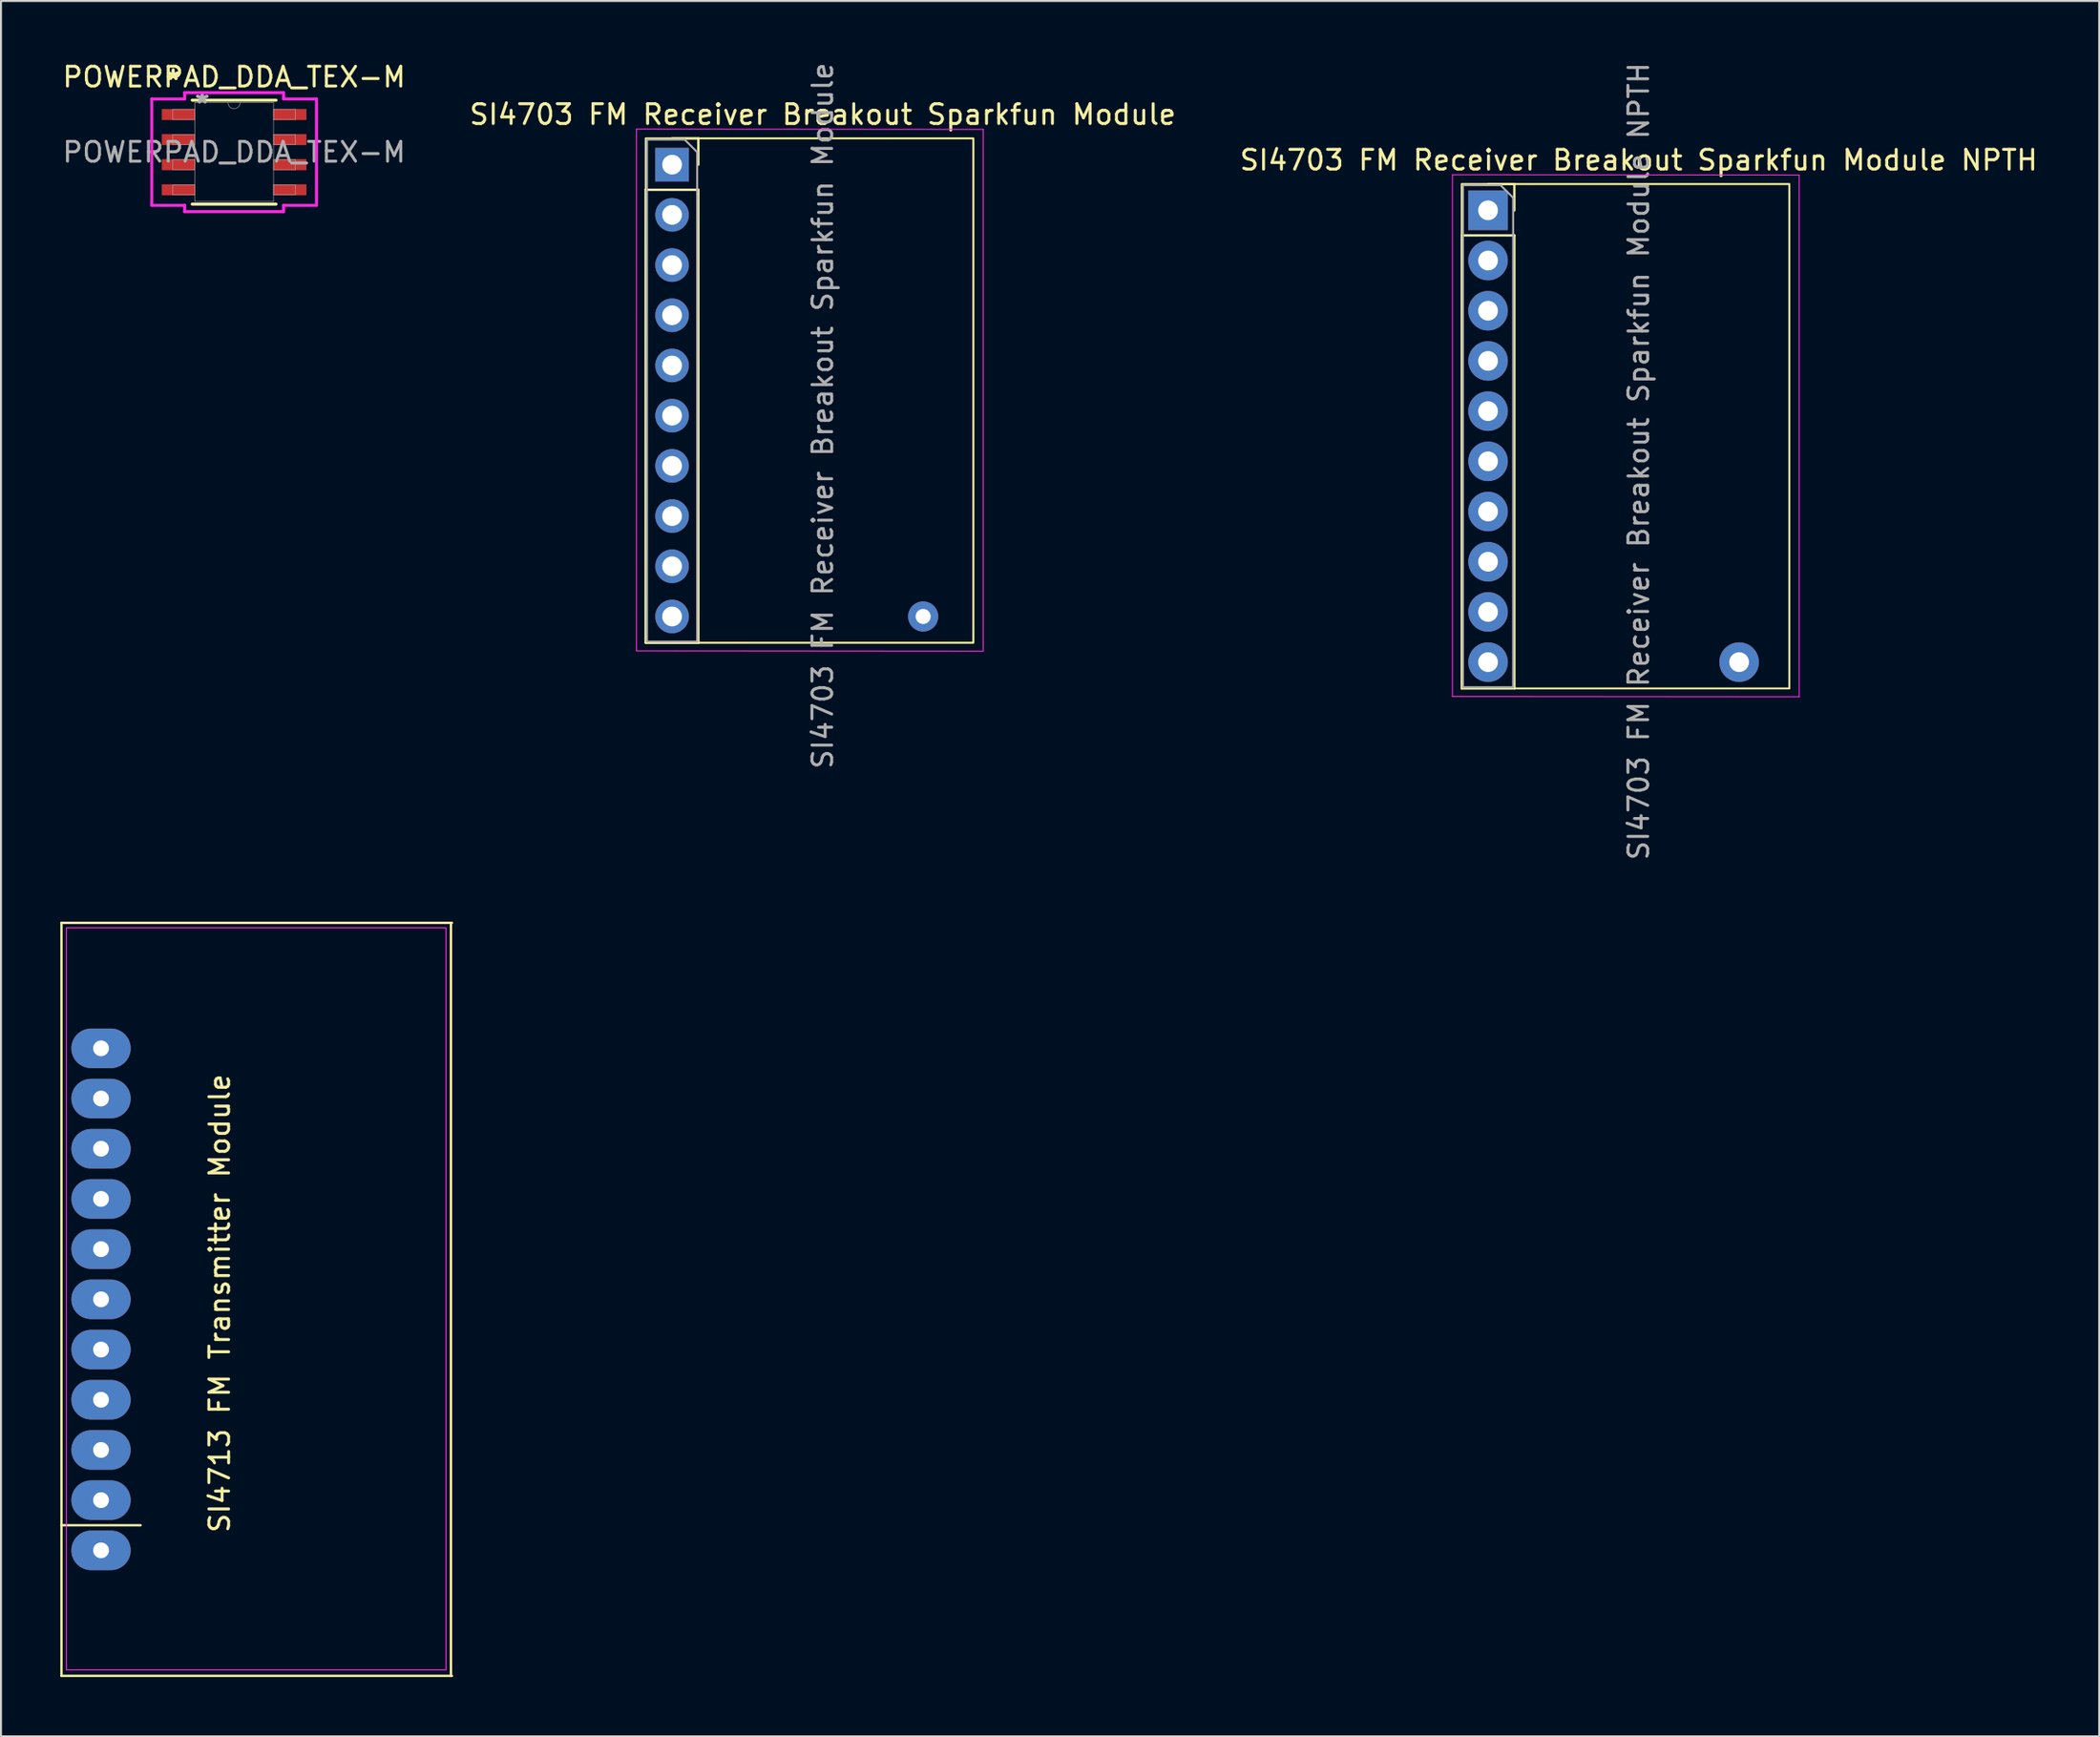
<source format=kicad_pcb>
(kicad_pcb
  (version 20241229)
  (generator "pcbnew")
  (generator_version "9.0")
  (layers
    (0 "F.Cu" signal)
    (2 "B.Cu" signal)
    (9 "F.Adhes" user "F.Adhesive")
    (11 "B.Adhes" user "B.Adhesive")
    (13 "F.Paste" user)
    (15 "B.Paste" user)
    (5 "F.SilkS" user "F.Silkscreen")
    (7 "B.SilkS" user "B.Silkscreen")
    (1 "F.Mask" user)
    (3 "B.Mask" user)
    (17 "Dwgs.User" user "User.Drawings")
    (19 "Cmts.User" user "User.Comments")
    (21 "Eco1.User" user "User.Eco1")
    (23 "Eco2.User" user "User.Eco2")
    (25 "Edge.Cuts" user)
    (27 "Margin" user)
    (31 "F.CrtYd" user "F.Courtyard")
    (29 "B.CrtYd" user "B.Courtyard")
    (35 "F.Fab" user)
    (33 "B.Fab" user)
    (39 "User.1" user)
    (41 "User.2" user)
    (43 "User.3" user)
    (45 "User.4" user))
  (footprint "SI4703 FM Receiver Breakout Sparkfun Module"
    (layer "F.Cu")
    (at 30.945 5.282)
    (property "Reference" "SI4703 FM Receiver Breakout Sparkfun Module" (at 7.62 -2.54 0) (layer "F.SilkS") (effects (font (size 1 1) (thickness 0.15))))
    (attr through_hole)
    (fp_line (start -1.33 1.27) (end -1.33 24.19) (stroke (width 0.12) (type solid)) (layer "F.SilkS"))
    (fp_line (start -1.33 1.27) (end 1.33 1.27) (stroke (width 0.12) (type solid)) (layer "F.SilkS"))
    (fp_line (start -1.33 24.19) (end 1.33 24.19) (stroke (width 0.12) (type solid)) (layer "F.SilkS"))
    (fp_line (start 0 -1.33) (end 1.33 -1.33) (stroke (width 0.12) (type solid)) (layer "F.SilkS"))
    (fp_line (start 1.33 -1.33) (end 1.33 0) (stroke (width 0.12) (type solid)) (layer "F.SilkS"))
    (fp_line (start 1.33 1.27) (end 1.33 24.19) (stroke (width 0.12) (type solid)) (layer "F.SilkS"))
    (fp_rect (start -1.33 -1.33) (end 15.24 24.19) (stroke (width 0.1) (type default)) (fill no) (layer "F.SilkS"))
    (fp_line (start -1.8 -1.8) (end 15.737 -1.786) (stroke (width 0.05) (type solid)) (layer "F.CrtYd"))
    (fp_line (start -1.8 24.6) (end -1.8 -1.8) (stroke (width 0.05) (type solid)) (layer "F.CrtYd"))
    (fp_line (start 15.737 -1.786) (end 15.737 24.614) (stroke (width 0.05) (type solid)) (layer "F.CrtYd"))
    (fp_line (start 15.737 24.614) (end -1.8 24.6) (stroke (width 0.05) (type solid)) (layer "F.CrtYd"))
    (fp_line (start -1.27 -1.27) (end 0.635 -1.27) (stroke (width 0.1) (type solid)) (layer "F.Fab"))
    (fp_line (start -1.27 24.13) (end -1.27 -1.27) (stroke (width 0.1) (type solid)) (layer "F.Fab"))
    (fp_line (start 0.635 -1.27) (end 1.27 -0.635) (stroke (width 0.1) (type solid)) (layer "F.Fab"))
    (fp_line (start 1.27 -0.635) (end 1.27 24.13) (stroke (width 0.1) (type solid)) (layer "F.Fab"))
    (fp_line (start 1.27 24.13) (end -1.27 24.13) (stroke (width 0.1) (type solid)) (layer "F.Fab"))
    (fp_text user "${REFERENCE}" (at 7.62 12.7 90) (layer "F.Fab") (effects (font (size 1 1) (thickness 0.15))))
    (pad "1" thru_hole rect (at 0 0) (size 1.7 1.7) (drill 1) (layers "*.Cu" "*.Mask"))
    (pad "2" thru_hole oval (at 0 2.54) (size 1.7 1.7) (drill 1) (layers "*.Cu" "*.Mask"))
    (pad "3" thru_hole oval (at 0 5.08) (size 1.7 1.7) (drill 1) (layers "*.Cu" "*.Mask"))
    (pad "4" thru_hole oval (at 0 7.62) (size 1.7 1.7) (drill 1) (layers "*.Cu" "*.Mask"))
    (pad "5" thru_hole oval (at 0 10.16) (size 1.7 1.7) (drill 1) (layers "*.Cu" "*.Mask"))
    (pad "6" thru_hole oval (at 0 12.7) (size 1.7 1.7) (drill 1) (layers "*.Cu" "*.Mask"))
    (pad "7" thru_hole oval (at 0 15.24) (size 1.7 1.7) (drill 1) (layers "*.Cu" "*.Mask"))
    (pad "8" thru_hole oval (at 0 17.78) (size 1.7 1.7) (drill 1) (layers "*.Cu" "*.Mask"))
    (pad "9" thru_hole oval (at 0 20.32) (size 1.7 1.7) (drill 1) (layers "*.Cu" "*.Mask"))
    (pad "10" thru_hole oval (at 0 22.86) (size 1.7 1.7) (drill 1) (layers "*.Cu" "*.Mask"))
    (pad "11" thru_hole circle (at 12.7 22.86) (size 1.524 1.524) (drill 0.762) (layers "*.Cu" "*.Mask")))
  (footprint "SI4703 FM Receiver Breakout Sparkfun Module NPTH"
    (layer "F.Cu")
    (at 72.219 7.592)
    (property "Reference" "SI4703 FM Receiver Breakout Sparkfun Module NPTH" (at 7.62 -2.54 0) (layer "F.SilkS") (effects (font (size 1 1) (thickness 0.15))))
    (attr through_hole)
    (fp_line (start -1.33 1.27) (end -1.33 24.19) (stroke (width 0.12) (type solid)) (layer "F.SilkS"))
    (fp_line (start -1.33 1.27) (end 1.33 1.27) (stroke (width 0.12) (type solid)) (layer "F.SilkS"))
    (fp_line (start -1.33 24.19) (end 1.33 24.19) (stroke (width 0.12) (type solid)) (layer "F.SilkS"))
    (fp_line (start 0 -1.33) (end 1.33 -1.33) (stroke (width 0.12) (type solid)) (layer "F.SilkS"))
    (fp_line (start 1.33 -1.33) (end 1.33 0) (stroke (width 0.12) (type solid)) (layer "F.SilkS"))
    (fp_line (start 1.33 1.27) (end 1.33 24.19) (stroke (width 0.12) (type solid)) (layer "F.SilkS"))
    (fp_rect (start -1.33 -1.33) (end 15.24 24.19) (stroke (width 0.1) (type default)) (fill no) (layer "F.SilkS"))
    (fp_line (start -1.8 -1.8) (end 15.737 -1.786) (stroke (width 0.05) (type solid)) (layer "F.CrtYd"))
    (fp_line (start -1.8 24.6) (end -1.8 -1.8) (stroke (width 0.05) (type solid)) (layer "F.CrtYd"))
    (fp_line (start 15.737 -1.786) (end 15.737 24.614) (stroke (width 0.05) (type solid)) (layer "F.CrtYd"))
    (fp_line (start 15.737 24.614) (end -1.8 24.6) (stroke (width 0.05) (type solid)) (layer "F.CrtYd"))
    (fp_line (start -1.27 -1.27) (end 0.635 -1.27) (stroke (width 0.1) (type solid)) (layer "F.Fab"))
    (fp_line (start -1.27 24.13) (end -1.27 -1.27) (stroke (width 0.1) (type solid)) (layer "F.Fab"))
    (fp_line (start 0.635 -1.27) (end 1.27 -0.635) (stroke (width 0.1) (type solid)) (layer "F.Fab"))
    (fp_line (start 1.27 -0.635) (end 1.27 24.13) (stroke (width 0.1) (type solid)) (layer "F.Fab"))
    (fp_line (start 1.27 24.13) (end -1.27 24.13) (stroke (width 0.1) (type solid)) (layer "F.Fab"))
    (fp_text user "${REFERENCE}" (at 7.62 12.7 90) (layer "F.Fab") (effects (font (size 1 1) (thickness 0.15))))
    (pad "" np_thru_hole rect (at 0 0) (size 2 2) (drill 1) (layers "*.Cu" "*.Mask"))
    (pad "" np_thru_hole circle (at 0 2.54) (size 2 2) (drill 1) (layers "*.Cu" "*.Mask"))
    (pad "" np_thru_hole circle (at 0 5.08) (size 2 2) (drill 1) (layers "*.Cu" "*.Mask"))
    (pad "" np_thru_hole circle (at 0 7.62) (size 2 2) (drill 1) (layers "*.Cu" "*.Mask"))
    (pad "" np_thru_hole circle (at 0 10.16) (size 2 2) (drill 1) (layers "*.Cu" "*.Mask"))
    (pad "" np_thru_hole circle (at 0 12.7) (size 2 2) (drill 1) (layers "*.Cu" "*.Mask"))
    (pad "" np_thru_hole circle (at 0 15.24) (size 2 2) (drill 1) (layers "*.Cu" "*.Mask"))
    (pad "" np_thru_hole circle (at 0 17.78) (size 2 2) (drill 1) (layers "*.Cu" "*.Mask"))
    (pad "" np_thru_hole circle (at 0 20.32) (size 2 2) (drill 1) (layers "*.Cu" "*.Mask"))
    (pad "" np_thru_hole circle (at 0 22.86) (size 2 2) (drill 1) (layers "*.Cu" "*.Mask"))
    (pad "" np_thru_hole circle (at 12.7 22.86) (size 2 2) (drill 1) (layers "*.Cu" "*.Mask")))
  (footprint "SI4713 FM Transmitter Module"
    (layer "F.Cu")
    (at 2.06 62.693)
    (property "Reference" "SI4713 FM Transmitter Module" (at 6 0.2 270) (layer "F.SilkS") (effects (font (size 1 1) (thickness 0.15))))
    (attr through_hole)
    (fp_line (start -2 -19.05) (end 17.75 -19.05) (stroke (width 0.12) (type default)) (layer "F.SilkS"))
    (fp_line (start -2 11.43) (end 2 11.43) (stroke (width 0.12) (type default)) (layer "F.SilkS"))
    (fp_line (start -2 19.05) (end -2 -19.05) (stroke (width 0.12) (type default)) (layer "F.SilkS"))
    (fp_line (start 17.7 -19.05) (end 17.7 19.05) (stroke (width 0.12) (type default)) (layer "F.SilkS"))
    (fp_line (start 17.75 19.05) (end -2 19.05) (stroke (width 0.12) (type default)) (layer "F.SilkS"))
    (fp_line (start -1.75 -18.8) (end 17.45 -18.8) (stroke (width 0.05) (type default)) (layer "F.CrtYd"))
    (fp_line (start -1.75 18.75) (end -1.75 -18.8) (stroke (width 0.05) (type default)) (layer "F.CrtYd"))
    (fp_line (start 17.45 -18.8) (end 17.45 18.75) (stroke (width 0.05) (type default)) (layer "F.CrtYd"))
    (fp_line (start 17.45 18.75) (end -1.75 18.75) (stroke (width 0.05) (type default)) (layer "F.CrtYd"))
    (pad "1" thru_hole oval (at 0 12.7 90) (size 2 3) (drill 0.8) (layers "*.Cu" "*.Mask"))
    (pad "2" thru_hole oval (at 0 10.16 90) (size 2 3) (drill 0.8) (layers "*.Cu" "*.Mask"))
    (pad "3" thru_hole oval (at 0 7.62 90) (size 2 3) (drill 0.8) (layers "*.Cu" "*.Mask"))
    (pad "4" thru_hole oval (at 0 5.08 90) (size 2 3) (drill 0.8) (layers "*.Cu" "*.Mask"))
    (pad "5" thru_hole oval (at 0 2.54 90) (size 2 3) (drill 0.8) (layers "*.Cu" "*.Mask"))
    (pad "6" thru_hole oval (at 0 0 90) (size 2 3) (drill 0.8) (layers "*.Cu" "*.Mask"))
    (pad "7" thru_hole oval (at 0 -2.54 90) (size 2 3) (drill 0.8) (layers "*.Cu" "*.Mask"))
    (pad "8" thru_hole oval (at 0 -5.08 90) (size 2 3) (drill 0.8) (layers "*.Cu" "*.Mask"))
    (pad "9" thru_hole oval (at 0 -7.62 90) (size 2 3) (drill 0.8) (layers "*.Cu" "*.Mask"))
    (pad "10" thru_hole oval (at 0 -10.16 90) (size 2 3) (drill 0.8) (layers "*.Cu" "*.Mask"))
    (pad "11" thru_hole oval (at 0 -12.7 90) (size 2 3) (drill 0.8) (layers "*.Cu" "*.Mask")))
  (footprint "POWERPAD_DDA_TEX-M"
    (layer "F.Cu")
    (at 8.792 4.648)
    (property "Reference" "POWERPAD_DDA_TEX-M" (at 0 -3.8 0) (unlocked yes) (layer "F.SilkS") (effects (font (size 1 1) (thickness 0.15))))
    (attr smd)
    (fp_line (start -2.121 2.629) (end 2.121 2.629) (stroke (width 0.152) (type solid)) (layer "F.SilkS"))
    (fp_line (start 2.121 -2.629) (end -2.121 -2.629) (stroke (width 0.152) (type solid)) (layer "F.SilkS"))
    (fp_line (start -4.166 -2.692) (end -2.502 -2.692) (stroke (width 0.152) (type solid)) (layer "F.CrtYd"))
    (fp_line (start -4.166 2.692) (end -4.166 -2.692) (stroke (width 0.152) (type solid)) (layer "F.CrtYd"))
    (fp_line (start -4.166 2.692) (end -2.502 2.692) (stroke (width 0.152) (type solid)) (layer "F.CrtYd"))
    (fp_line (start -2.502 -3.01) (end 2.502 -3.01) (stroke (width 0.152) (type solid)) (layer "F.CrtYd"))
    (fp_line (start -2.502 -2.692) (end -2.502 -3.01) (stroke (width 0.152) (type solid)) (layer "F.CrtYd"))
    (fp_line (start -2.502 3.01) (end -2.502 2.692) (stroke (width 0.152) (type solid)) (layer "F.CrtYd"))
    (fp_line (start 2.502 -3.01) (end 2.502 -2.692) (stroke (width 0.152) (type solid)) (layer "F.CrtYd"))
    (fp_line (start 2.502 2.692) (end 2.502 3.01) (stroke (width 0.152) (type solid)) (layer "F.CrtYd"))
    (fp_line (start 2.502 3.01) (end -2.502 3.01) (stroke (width 0.152) (type solid)) (layer "F.CrtYd"))
    (fp_line (start 4.166 -2.692) (end 2.502 -2.692) (stroke (width 0.152) (type solid)) (layer "F.CrtYd"))
    (fp_line (start 4.166 -2.692) (end 4.166 2.692) (stroke (width 0.152) (type solid)) (layer "F.CrtYd"))
    (fp_line (start 4.166 2.692) (end 2.502 2.692) (stroke (width 0.152) (type solid)) (layer "F.CrtYd"))
    (fp_line (start -3.099 -2.159) (end -3.099 -1.651) (stroke (width 0.025) (type solid)) (layer "F.Fab"))
    (fp_line (start -3.099 -1.651) (end -1.994 -1.651) (stroke (width 0.025) (type solid)) (layer "F.Fab"))
    (fp_line (start -3.099 -0.889) (end -3.099 -0.381) (stroke (width 0.025) (type solid)) (layer "F.Fab"))
    (fp_line (start -3.099 -0.381) (end -1.994 -0.381) (stroke (width 0.025) (type solid)) (layer "F.Fab"))
    (fp_line (start -3.099 0.381) (end -3.099 0.889) (stroke (width 0.025) (type solid)) (layer "F.Fab"))
    (fp_line (start -3.099 0.889) (end -1.994 0.889) (stroke (width 0.025) (type solid)) (layer "F.Fab"))
    (fp_line (start -3.099 1.651) (end -3.099 2.159) (stroke (width 0.025) (type solid)) (layer "F.Fab"))
    (fp_line (start -3.099 2.159) (end -1.994 2.159) (stroke (width 0.025) (type solid)) (layer "F.Fab"))
    (fp_line (start -1.994 -2.502) (end -1.994 2.502) (stroke (width 0.025) (type solid)) (layer "F.Fab"))
    (fp_line (start -1.994 -2.159) (end -3.099 -2.159) (stroke (width 0.025) (type solid)) (layer "F.Fab"))
    (fp_line (start -1.994 -1.651) (end -1.994 -2.159) (stroke (width 0.025) (type solid)) (layer "F.Fab"))
    (fp_line (start -1.994 -0.889) (end -3.099 -0.889) (stroke (width 0.025) (type solid)) (layer "F.Fab"))
    (fp_line (start -1.994 -0.381) (end -1.994 -0.889) (stroke (width 0.025) (type solid)) (layer "F.Fab"))
    (fp_line (start -1.994 0.381) (end -3.099 0.381) (stroke (width 0.025) (type solid)) (layer "F.Fab"))
    (fp_line (start -1.994 0.889) (end -1.994 0.381) (stroke (width 0.025) (type solid)) (layer "F.Fab"))
    (fp_line (start -1.994 1.651) (end -3.099 1.651) (stroke (width 0.025) (type solid)) (layer "F.Fab"))
    (fp_line (start -1.994 2.159) (end -1.994 1.651) (stroke (width 0.025) (type solid)) (layer "F.Fab"))
    (fp_line (start -1.994 2.502) (end 1.994 2.502) (stroke (width 0.025) (type solid)) (layer "F.Fab"))
    (fp_line (start 1.994 -2.502) (end -1.994 -2.502) (stroke (width 0.025) (type solid)) (layer "F.Fab"))
    (fp_line (start 1.994 -2.159) (end 1.994 -1.651) (stroke (width 0.025) (type solid)) (layer "F.Fab"))
    (fp_line (start 1.994 -1.651) (end 3.099 -1.651) (stroke (width 0.025) (type solid)) (layer "F.Fab"))
    (fp_line (start 1.994 -0.889) (end 1.994 -0.381) (stroke (width 0.025) (type solid)) (layer "F.Fab"))
    (fp_line (start 1.994 -0.381) (end 3.099 -0.381) (stroke (width 0.025) (type solid)) (layer "F.Fab"))
    (fp_line (start 1.994 0.381) (end 1.994 0.889) (stroke (width 0.025) (type solid)) (layer "F.Fab"))
    (fp_line (start 1.994 0.889) (end 3.099 0.889) (stroke (width 0.025) (type solid)) (layer "F.Fab"))
    (fp_line (start 1.994 1.651) (end 1.994 2.159) (stroke (width 0.025) (type solid)) (layer "F.Fab"))
    (fp_line (start 1.994 2.159) (end 3.099 2.159) (stroke (width 0.025) (type solid)) (layer "F.Fab"))
    (fp_line (start 1.994 2.502) (end 1.994 -2.502) (stroke (width 0.025) (type solid)) (layer "F.Fab"))
    (fp_line (start 3.099 -2.159) (end 1.994 -2.159) (stroke (width 0.025) (type solid)) (layer "F.Fab"))
    (fp_line (start 3.099 -1.651) (end 3.099 -2.159) (stroke (width 0.025) (type solid)) (layer "F.Fab"))
    (fp_line (start 3.099 -0.889) (end 1.994 -0.889) (stroke (width 0.025) (type solid)) (layer "F.Fab"))
    (fp_line (start 3.099 -0.381) (end 3.099 -0.889) (stroke (width 0.025) (type solid)) (layer "F.Fab"))
    (fp_line (start 3.099 0.381) (end 1.994 0.381) (stroke (width 0.025) (type solid)) (layer "F.Fab"))
    (fp_line (start 3.099 0.889) (end 3.099 0.381) (stroke (width 0.025) (type solid)) (layer "F.Fab"))
    (fp_line (start 3.099 1.651) (end 1.994 1.651) (stroke (width 0.025) (type solid)) (layer "F.Fab"))
    (fp_line (start 3.099 2.159) (end 3.099 1.651) (stroke (width 0.025) (type solid)) (layer "F.Fab"))
    (fp_arc (start 0.3048 -2.5019) (mid 0 -2.1971) (end -0.3048 -2.5019) (stroke (width 0.0254) (type solid)) (layer "F.Fab"))
    (fp_text user "*" (at -3.08 -3.607 0) (unlocked yes) (layer "F.SilkS") (effects (font (size 1 1) (thickness 0.15))))
    (fp_text user "*" (at -3.08 -3.607 0) (layer "F.SilkS") (effects (font (size 1 1) (thickness 0.15))))
    (fp_text user "*" (at -1.613 -2.426 0) (layer "F.Fab") (effects (font (size 1 1) (thickness 0.15))))
    (fp_text user "${REFERENCE}" (at 0 0 0) (unlocked yes) (layer "F.Fab") (effects (font (size 1 1) (thickness 0.15))))
    (fp_text user "*" (at -1.613 -2.426 0) (unlocked yes) (layer "F.Fab") (effects (font (size 1 1) (thickness 0.15))))
    (pad "1" smd rect (at -2.826 -1.905) (size 1.664 0.559) (layers "F.Cu" "F.Mask" "F.Paste"))
    (pad "2" smd rect (at -2.826 -0.635) (size 1.664 0.559) (layers "F.Cu" "F.Mask" "F.Paste"))
    (pad "3" smd rect (at -2.826 0.635) (size 1.664 0.559) (layers "F.Cu" "F.Mask" "F.Paste"))
    (pad "4" smd rect (at -2.826 1.905) (size 1.664 0.559) (layers "F.Cu" "F.Mask" "F.Paste"))
    (pad "5" smd rect (at 2.826 1.905) (size 1.664 0.559) (layers "F.Cu" "F.Mask" "F.Paste"))
    (pad "6" smd rect (at 2.826 0.635) (size 1.664 0.559) (layers "F.Cu" "F.Mask" "F.Paste"))
    (pad "7" smd rect (at 2.826 -0.635) (size 1.664 0.559) (layers "F.Cu" "F.Mask" "F.Paste"))
    (pad "8" smd rect (at 2.826 -1.905) (size 1.664 0.559) (layers "F.Cu" "F.Mask" "F.Paste")))
  (gr_rect
    (start -3 -3)
    (end 103.131 84.803)
    (stroke (width 0.1) (type default))
    (fill no)
    (layer "Edge.Cuts")))
</source>
